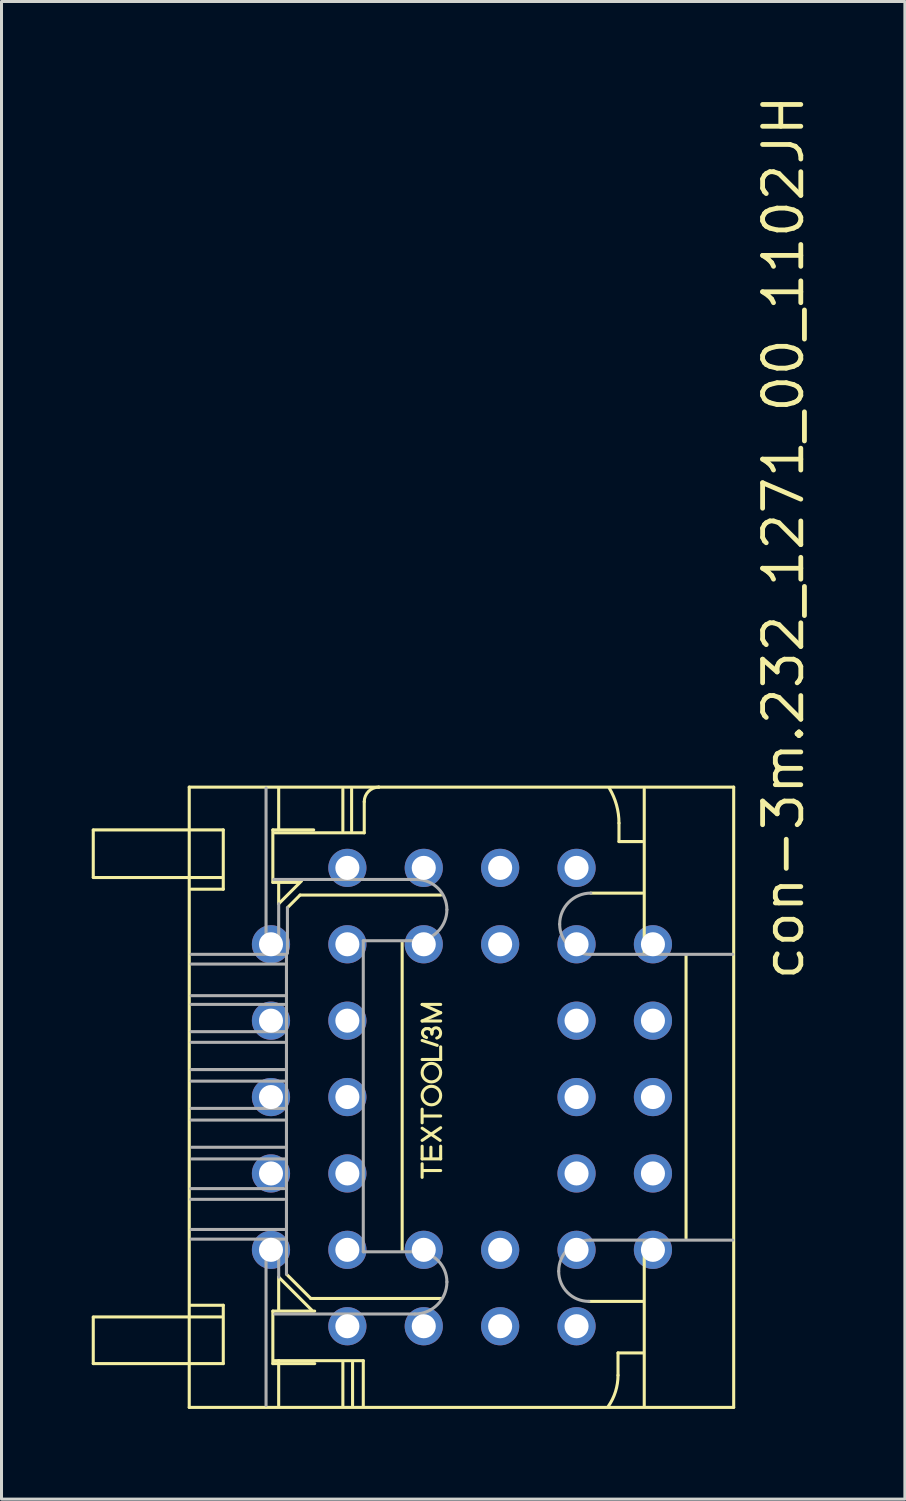
<source format=kicad_pcb>
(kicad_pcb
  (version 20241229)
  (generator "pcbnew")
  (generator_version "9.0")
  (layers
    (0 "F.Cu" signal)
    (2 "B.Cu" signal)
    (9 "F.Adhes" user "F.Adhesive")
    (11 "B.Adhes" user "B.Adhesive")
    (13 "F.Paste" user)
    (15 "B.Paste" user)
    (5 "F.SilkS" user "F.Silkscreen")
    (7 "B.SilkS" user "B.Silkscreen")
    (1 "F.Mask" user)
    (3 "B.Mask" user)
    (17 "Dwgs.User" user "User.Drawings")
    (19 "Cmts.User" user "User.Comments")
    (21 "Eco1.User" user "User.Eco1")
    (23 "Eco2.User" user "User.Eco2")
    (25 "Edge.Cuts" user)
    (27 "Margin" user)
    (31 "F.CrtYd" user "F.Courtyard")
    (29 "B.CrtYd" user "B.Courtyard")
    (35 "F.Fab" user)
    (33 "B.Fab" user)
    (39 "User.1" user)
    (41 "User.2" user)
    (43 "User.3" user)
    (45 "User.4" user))
  (footprint "con-3m.232_1271_00_1102JH"
    (layer "F.Cu")
    (at 12.31 33.427)
    (property "Reference" "con-3m.232_1271_00_1102JH" (at 11.43 -3.81 90) (layer "F.SilkS") (effects (font (size 1.27 1.27) (thickness 0.16)) (justify left bottom)))
    (attr through_hole)
    (fp_line (start -12.259 -8.883) (end -9.119 -8.883) (stroke (width 0.102) (type default)) (layer "F.SilkS"))
    (fp_line (start -12.259 -7.299) (end -9.102 -7.299) (stroke (width 0.102) (type default)) (layer "F.SilkS"))
    (fp_line (start -12.259 7.311) (end -9.102 7.311) (stroke (width 0.102) (type default)) (layer "F.SilkS"))
    (fp_line (start -12.259 -7.308) (end -12.259 -8.879) (stroke (width 0.102) (type default)) (layer "F.SilkS"))
    (fp_line (start -12.259 8.86) (end -12.259 7.321) (stroke (width 0.102) (type default)) (layer "F.SilkS"))
    (fp_line (start -9.103 8.863) (end -12.259 8.863) (stroke (width 0.102) (type default)) (layer "F.SilkS"))
    (fp_line (start -9.068 -10.305) (end -9.068 10.318) (stroke (width 0.102) (type default)) (layer "F.SilkS"))
    (fp_line (start -9.068 10.318) (end 9.035 10.318) (stroke (width 0.102) (type default)) (layer "F.SilkS"))
    (fp_line (start -9.035 -8.883) (end -7.936 -8.883) (stroke (width 0.102) (type default)) (layer "F.SilkS"))
    (fp_line (start -9.035 -7.299) (end -8.001 -7.299) (stroke (width 0.102) (type default)) (layer "F.SilkS"))
    (fp_line (start -9.035 6.923) (end -7.936 6.923) (stroke (width 0.102) (type default)) (layer "F.SilkS"))
    (fp_line (start -9.035 7.311) (end -8.001 7.311) (stroke (width 0.102) (type default)) (layer "F.SilkS"))
    (fp_line (start -7.936 -8.883) (end -7.936 -6.911) (stroke (width 0.102) (type default)) (layer "F.SilkS"))
    (fp_line (start -7.936 -6.911) (end -9.003 -6.911) (stroke (width 0.102) (type default)) (layer "F.SilkS"))
    (fp_line (start -7.936 6.923) (end -7.936 8.863) (stroke (width 0.102) (type default)) (layer "F.SilkS"))
    (fp_line (start -7.936 8.863) (end -9.035 8.863) (stroke (width 0.102) (type default)) (layer "F.SilkS"))
    (fp_line (start -6.288 -8.883) (end -6.288 -7.137) (stroke (width 0.102) (type default)) (layer "F.SilkS"))
    (fp_line (start -6.288 -7.137) (end -5.448 -7.137) (stroke (width 0.102) (type default)) (layer "F.SilkS"))
    (fp_line (start -6.288 7.117) (end -4.897 7.117) (stroke (width 0.102) (type default)) (layer "F.SilkS"))
    (fp_line (start -6.288 8.863) (end -6.288 7.117) (stroke (width 0.102) (type default)) (layer "F.SilkS"))
    (fp_line (start -6.223 -8.786) (end -3.249 -8.786) (stroke (width 0.102) (type default)) (layer "F.SilkS"))
    (fp_line (start -6.094 -10.273) (end -6.094 -8.883) (stroke (width 0.102) (type default)) (layer "F.SilkS"))
    (fp_line (start -6.094 -6.426) (end -6.094 -7.105) (stroke (width 0.102) (type default)) (layer "F.SilkS"))
    (fp_line (start -6.094 -6.426) (end -5.334 -7.186) (stroke (width 0.102) (type default)) (layer "F.SilkS"))
    (fp_line (start -6.094 7.085) (end -6.094 5.986) (stroke (width 0.102) (type default)) (layer "F.SilkS"))
    (fp_line (start -6.094 8.766) (end -6.255 8.766) (stroke (width 0.102) (type default)) (layer "F.SilkS"))
    (fp_line (start -6.094 8.766) (end -3.281 8.766) (stroke (width 0.102) (type default)) (layer "F.SilkS"))
    (fp_line (start -6.094 10.253) (end -6.094 8.766) (stroke (width 0.102) (type default)) (layer "F.SilkS"))
    (fp_line (start -5.835 5.889) (end -5.027 6.697) (stroke (width 0.102) (type default)) (layer "F.SilkS"))
    (fp_line (start -5.382 -6.717) (end -5.803 -6.296) (stroke (width 0.102) (type default)) (layer "F.SilkS"))
    (fp_line (start -5.027 6.697) (end -0.695 6.697) (stroke (width 0.102) (type default)) (layer "F.SilkS"))
    (fp_line (start -4.994 7.085) (end -6.094 5.986) (stroke (width 0.102) (type default)) (layer "F.SilkS"))
    (fp_line (start -4.93 -8.883) (end -6.288 -8.883) (stroke (width 0.102) (type default)) (layer "F.SilkS"))
    (fp_line (start -4.895 8.863) (end -6.288 8.863) (stroke (width 0.102) (type default)) (layer "F.SilkS"))
    (fp_line (start -3.96 -8.85) (end -3.96 -10.24) (stroke (width 0.102) (type default)) (layer "F.SilkS"))
    (fp_line (start -3.96 10.285) (end -3.96 8.831) (stroke (width 0.102) (type default)) (layer "F.SilkS"))
    (fp_line (start -3.669 -10.24) (end -3.669 -8.85) (stroke (width 0.102) (type default)) (layer "F.SilkS"))
    (fp_line (start -3.637 8.831) (end -3.637 10.253) (stroke (width 0.102) (type default)) (layer "F.SilkS"))
    (fp_line (start -3.281 8.766) (end -3.281 10.285) (stroke (width 0.102) (type default)) (layer "F.SilkS"))
    (fp_line (start -3.249 -8.786) (end -3.249 -9.82) (stroke (width 0.102) (type default)) (layer "F.SilkS"))
    (fp_line (start -2.764 -10.305) (end -9.068 -10.305) (stroke (width 0.102) (type default)) (layer "F.SilkS"))
    (fp_line (start -1.988 -5.133) (end -1.988 5.113) (stroke (width 0.102) (type default)) (layer "F.SilkS"))
    (fp_line (start -1.324 -3.08) (end -0.708 -3.08) (stroke (width 0.102) (type default)) (layer "F.SilkS"))
    (fp_line (start -1.324 -2.529) (end -0.708 -2.804) (stroke (width 0.102) (type default)) (layer "F.SilkS"))
    (fp_line (start -1.324 -1.881) (end -0.822 -1.719) (stroke (width 0.102) (type default)) (layer "F.SilkS"))
    (fp_line (start -1.324 -1.249) (end -0.708 -1.249) (stroke (width 0.102) (type default)) (layer "F.SilkS"))
    (fp_line (start -1.324 0.403) (end -1.324 0.857) (stroke (width 0.102) (type default)) (layer "F.SilkS"))
    (fp_line (start -1.324 1.035) (end -0.725 1.44) (stroke (width 0.102) (type default)) (layer "F.SilkS"))
    (fp_line (start -1.324 1.44) (end -0.708 1.019) (stroke (width 0.102) (type default)) (layer "F.SilkS"))
    (fp_line (start -1.324 1.634) (end -1.324 2.056) (stroke (width 0.102) (type default)) (layer "F.SilkS"))
    (fp_line (start -1.324 2.056) (end -0.708 2.056) (stroke (width 0.102) (type default)) (layer "F.SilkS"))
    (fp_line (start -1.324 2.671) (end -1.324 2.218) (stroke (width 0.102) (type default)) (layer "F.SilkS"))
    (fp_line (start -1.292 0.63) (end -0.708 0.63) (stroke (width 0.102) (type default)) (layer "F.SilkS"))
    (fp_line (start -1.292 2.444) (end -0.708 2.444) (stroke (width 0.102) (type default)) (layer "F.SilkS"))
    (fp_line (start -1.032 1.667) (end -1.032 2.007) (stroke (width 0.102) (type default)) (layer "F.SilkS"))
    (fp_line (start -1 -2.092) (end -1 -2.14) (stroke (width 0.102) (type default)) (layer "F.SilkS"))
    (fp_line (start -0.708 -2.804) (end -1.324 -3.08) (stroke (width 0.102) (type default)) (layer "F.SilkS"))
    (fp_line (start -0.708 -2.529) (end -1.324 -2.529) (stroke (width 0.102) (type default)) (layer "F.SilkS"))
    (fp_line (start -0.708 -1.249) (end -0.708 -1.67) (stroke (width 0.102) (type default)) (layer "F.SilkS"))
    (fp_line (start -0.708 2.056) (end -0.708 1.634) (stroke (width 0.102) (type default)) (layer "F.SilkS"))
    (fp_line (start -0.695 -6.717) (end -5.382 -6.717) (stroke (width 0.102) (type default)) (layer "F.SilkS"))
    (fp_line (start 4.219 6.794) (end 6.029 6.794) (stroke (width 0.102) (type default)) (layer "F.SilkS"))
    (fp_line (start 4.283 -6.781) (end 5.997 -6.781) (stroke (width 0.102) (type default)) (layer "F.SilkS"))
    (fp_line (start 5.189 8.507) (end 5.189 9.251) (stroke (width 0.102) (type default)) (layer "F.SilkS"))
    (fp_line (start 5.221 -8.495) (end 5.221 -9.109) (stroke (width 0.102) (type default)) (layer "F.SilkS"))
    (fp_line (start 5.997 -8.495) (end 5.221 -8.495) (stroke (width 0.102) (type default)) (layer "F.SilkS"))
    (fp_line (start 6.029 8.507) (end 5.189 8.507) (stroke (width 0.102) (type default)) (layer "F.SilkS"))
    (fp_line (start 6.061 -4.809) (end 6.061 -10.24) (stroke (width 0.102) (type default)) (layer "F.SilkS"))
    (fp_line (start 6.061 4.822) (end 6.061 10.285) (stroke (width 0.102) (type default)) (layer "F.SilkS"))
    (fp_line (start 7.451 4.693) (end 7.451 -4.712) (stroke (width 0.102) (type default)) (layer "F.SilkS"))
    (fp_line (start 9.035 -10.305) (end -2.764 -10.305) (stroke (width 0.102) (type default)) (layer "F.SilkS"))
    (fp_line (start 9.035 10.318) (end 9.035 -10.305) (stroke (width 0.102) (type default)) (layer "F.SilkS"))
    (fp_arc (start -3.2488 -9.8201) (mid -3.106776 -10.162976) (end -2.7639 -10.305) (stroke (width 0.1016) (type default)) (layer "F.SilkS"))
    (fp_arc (start -1.243 -2.0106) (mid -1.311981 -2.150848) (end -1.2106 -2.2698) (stroke (width 0.1016) (type default)) (layer "F.SilkS"))
    (fp_arc (start -1.2106 -2.2698) (mid -1.1539 -2.2779) (end -1.0972 -2.2698) (stroke (width 0.1016) (type default)) (layer "F.SilkS"))
    (fp_arc (start -1.1782 -1.9782) (mid -1.211156 -1.993289) (end -1.243 -2.0106) (stroke (width 0.1016) (type default)) (layer "F.SilkS"))
    (fp_arc (start -1.0972 -2.2698) (mid -1.027 -2.2212) (end -1 -2.1402) (stroke (width 0.1016) (type default)) (layer "F.SilkS"))
    (fp_arc (start -1 -2.1402) (mid -0.99591 -2.181502) (end -0.9838 -2.2212) (stroke (width 0.1016) (type default)) (layer "F.SilkS"))
    (fp_arc (start -0.9838 -2.2212) (mid -0.890987 -2.299612) (end -0.7732 -2.2698) (stroke (width 0.1016) (type default)) (layer "F.SilkS"))
    (fp_arc (start -0.7732 -2.2698) (mid -0.711556 -2.154359) (end -0.7408 -2.0268) (stroke (width 0.1016) (type default)) (layer "F.SilkS"))
    (fp_arc (start -0.7408 -2.0268) (mid -0.782845 -1.984568) (end -0.838 -1.962) (stroke (width 0.1016) (type default)) (layer "F.SilkS"))
    (fp_arc (start 4.8976 -10.2727) (mid 5.138571 -9.712835) (end 5.2209 -9.1089) (stroke (width 0.1016) (type default)) (layer "F.SilkS"))
    (fp_arc (start 5.1885 9.2509) (mid 5.105819 9.792758) (end 4.8653 10.2853) (stroke (width 0.1016) (type default)) (layer "F.SilkS"))
    (fp_circle (center -1.016 -0.812) (end -0.708 -0.812) (stroke (width 0.102) (type default)) (fill no) (layer "F.SilkS"))
    (fp_circle (center -1.016 -0.05) (end -0.708 -0.05) (stroke (width 0.102) (type default)) (fill no) (layer "F.SilkS"))
    (fp_line (start -9.019 3.044) (end -5.916 3.044) (stroke (width 0.102) (type default)) (layer "F.Fab"))
    (fp_line (start -9.019 3.4) (end -5.916 3.4) (stroke (width 0.102) (type default)) (layer "F.Fab"))
    (fp_line (start -9.003 -4.745) (end -5.835 -4.745) (stroke (width 0.102) (type default)) (layer "F.Fab"))
    (fp_line (start -9.003 -4.421) (end -5.9 -4.421) (stroke (width 0.102) (type default)) (layer "F.Fab"))
    (fp_line (start -9.003 -3.371) (end -5.9 -3.371) (stroke (width 0.102) (type default)) (layer "F.Fab"))
    (fp_line (start -9.003 -3.08) (end -5.9 -3.08) (stroke (width 0.102) (type default)) (layer "F.Fab"))
    (fp_line (start -9.003 -2.175) (end -5.9 -2.175) (stroke (width 0.102) (type default)) (layer "F.Fab"))
    (fp_line (start -9.003 -1.819) (end -5.9 -1.819) (stroke (width 0.102) (type default)) (layer "F.Fab"))
    (fp_line (start -9.003 -0.914) (end -5.9 -0.914) (stroke (width 0.102) (type default)) (layer "F.Fab"))
    (fp_line (start -9.003 -0.529) (end -5.9 -0.529) (stroke (width 0.102) (type default)) (layer "F.Fab"))
    (fp_line (start -9.003 0.377) (end -5.9 0.377) (stroke (width 0.102) (type default)) (layer "F.Fab"))
    (fp_line (start -9.003 0.764) (end -5.9 0.764) (stroke (width 0.102) (type default)) (layer "F.Fab"))
    (fp_line (start -9.003 4.402) (end -5.9 4.402) (stroke (width 0.102) (type default)) (layer "F.Fab"))
    (fp_line (start -8.987 1.67) (end -5.883 1.67) (stroke (width 0.102) (type default)) (layer "F.Fab"))
    (fp_line (start -8.987 2.058) (end -5.851 2.058) (stroke (width 0.102) (type default)) (layer "F.Fab"))
    (fp_line (start -6.514 -4.809) (end -6.514 -10.273) (stroke (width 0.102) (type default)) (layer "F.Fab"))
    (fp_line (start -6.514 4.757) (end -6.514 10.253) (stroke (width 0.102) (type default)) (layer "F.Fab"))
    (fp_line (start -6.223 7.214) (end -1.568 7.214) (stroke (width 0.102) (type default)) (layer "F.Fab"))
    (fp_line (start -6.094 -4.809) (end -6.094 -6.426) (stroke (width 0.102) (type default)) (layer "F.Fab"))
    (fp_line (start -6.094 5.986) (end -6.094 4.757) (stroke (width 0.102) (type default)) (layer "F.Fab"))
    (fp_line (start -5.835 -4.745) (end -5.835 4.725) (stroke (width 0.102) (type default)) (layer "F.Fab"))
    (fp_line (start -5.835 4.725) (end -9.003 4.725) (stroke (width 0.102) (type default)) (layer "F.Fab"))
    (fp_line (start -5.835 4.757) (end -5.835 5.889) (stroke (width 0.102) (type default)) (layer "F.Fab"))
    (fp_line (start -5.803 -6.296) (end -5.803 -4.777) (stroke (width 0.102) (type default)) (layer "F.Fab"))
    (fp_line (start -3.281 -5.197) (end -1.536 -5.197) (stroke (width 0.102) (type default)) (layer "F.Fab"))
    (fp_line (start -3.281 5.145) (end -3.281 -5.197) (stroke (width 0.102) (type default)) (layer "F.Fab"))
    (fp_line (start -1.503 -7.234) (end -6.255 -7.234) (stroke (width 0.102) (type default)) (layer "F.Fab"))
    (fp_line (start -1.503 5.145) (end -3.281 5.145) (stroke (width 0.102) (type default)) (layer "F.Fab"))
    (fp_line (start 9.003 -4.745) (end 4.251 -4.745) (stroke (width 0.102) (type default)) (layer "F.Fab"))
    (fp_line (start 9.003 4.757) (end 4.251 4.757) (stroke (width 0.102) (type default)) (layer "F.Fab"))
    (fp_arc (start -1.5031 -7.2339) (mid -0.794538 -6.940362) (end -0.501 -6.2318) (stroke (width 0.1016) (type default)) (layer "F.Fab"))
    (fp_arc (start -1.5031 5.1454) (mid -0.794508 5.438908) (end -0.501 6.1475) (stroke (width 0.1016) (type default)) (layer "F.Fab"))
    (fp_arc (start -0.501 -6.2318) (mid -0.803969 -5.500269) (end -1.5355 -5.1973) (stroke (width 0.1016) (type default)) (layer "F.Fab"))
    (fp_arc (start -0.501 6.1475) (mid -0.813458 6.901842) (end -1.5678 7.2143) (stroke (width 0.1016) (type default)) (layer "F.Fab"))
    (fp_arc (start 3.2166 5.7919) (mid 3.519598 5.060398) (end 4.2511 4.7574) (stroke (width 0.1016) (type default)) (layer "F.Fab"))
    (fp_arc (start 3.2489 -5.7469) (mid 3.551869 -6.478331) (end 4.2833 -6.7813) (stroke (width 0.1016) (type default)) (layer "F.Fab"))
    (fp_arc (start 4.2187 6.794) (mid 3.510167 6.500433) (end 3.2166 5.7919) (stroke (width 0.1016) (type default)) (layer "F.Fab"))
    (fp_arc (start 4.2511 -4.7447) (mid 3.542438 -5.038238) (end 3.2489 -5.7469) (stroke (width 0.1016) (type default)) (layer "F.Fab"))
    (pad "1" thru_hole circle (at 1.27 -5.08) (size 1.27 1.27) (drill 0.8) (layers "*.Cu" "*.Mask"))
    (pad "2" thru_hole circle (at -1.27 -7.62) (size 1.27 1.27) (drill 0.8) (layers "*.Cu" "*.Mask"))
    (pad "3" thru_hole circle (at -1.27 -5.08) (size 1.27 1.27) (drill 0.8) (layers "*.Cu" "*.Mask"))
    (pad "4" thru_hole circle (at -3.81 -7.62) (size 1.27 1.27) (drill 0.8) (layers "*.Cu" "*.Mask"))
    (pad "5" thru_hole circle (at -6.35 -5.08) (size 1.27 1.27) (drill 0.8) (layers "*.Cu" "*.Mask"))
    (pad "6" thru_hole circle (at -3.81 -5.08) (size 1.27 1.27) (drill 0.8) (layers "*.Cu" "*.Mask"))
    (pad "7" thru_hole circle (at -6.35 -2.54) (size 1.27 1.27) (drill 0.8) (layers "*.Cu" "*.Mask"))
    (pad "8" thru_hole circle (at -3.81 -2.54) (size 1.27 1.27) (drill 0.8) (layers "*.Cu" "*.Mask"))
    (pad "9" thru_hole circle (at -6.35 0) (size 1.27 1.27) (drill 0.8) (layers "*.Cu" "*.Mask"))
    (pad "10" thru_hole circle (at -3.81 0) (size 1.27 1.27) (drill 0.8) (layers "*.Cu" "*.Mask"))
    (pad "11" thru_hole circle (at -6.35 2.54) (size 1.27 1.27) (drill 0.8) (layers "*.Cu" "*.Mask"))
    (pad "12" thru_hole circle (at -3.81 2.54) (size 1.27 1.27) (drill 0.8) (layers "*.Cu" "*.Mask"))
    (pad "13" thru_hole circle (at -6.35 5.08) (size 1.27 1.27) (drill 0.8) (layers "*.Cu" "*.Mask"))
    (pad "14" thru_hole circle (at -3.81 7.62) (size 1.27 1.27) (drill 0.8) (layers "*.Cu" "*.Mask"))
    (pad "15" thru_hole circle (at -3.81 5.08) (size 1.27 1.27) (drill 0.8) (layers "*.Cu" "*.Mask"))
    (pad "16" thru_hole circle (at -1.27 7.62) (size 1.27 1.27) (drill 0.8) (layers "*.Cu" "*.Mask"))
    (pad "17" thru_hole circle (at -1.27 5.08) (size 1.27 1.27) (drill 0.8) (layers "*.Cu" "*.Mask"))
    (pad "18" thru_hole circle (at 1.27 7.62) (size 1.27 1.27) (drill 0.8) (layers "*.Cu" "*.Mask"))
    (pad "19" thru_hole circle (at 1.27 5.08) (size 1.27 1.27) (drill 0.8) (layers "*.Cu" "*.Mask"))
    (pad "20" thru_hole circle (at 3.81 7.62) (size 1.27 1.27) (drill 0.8) (layers "*.Cu" "*.Mask"))
    (pad "21" thru_hole circle (at 6.35 5.08) (size 1.27 1.27) (drill 0.8) (layers "*.Cu" "*.Mask"))
    (pad "22" thru_hole circle (at 3.81 5.08) (size 1.27 1.27) (drill 0.8) (layers "*.Cu" "*.Mask"))
    (pad "23" thru_hole circle (at 6.35 2.54) (size 1.27 1.27) (drill 0.8) (layers "*.Cu" "*.Mask"))
    (pad "24" thru_hole circle (at 3.81 2.54) (size 1.27 1.27) (drill 0.8) (layers "*.Cu" "*.Mask"))
    (pad "25" thru_hole circle (at 6.35 0) (size 1.27 1.27) (drill 0.8) (layers "*.Cu" "*.Mask"))
    (pad "26" thru_hole circle (at 3.81 0) (size 1.27 1.27) (drill 0.8) (layers "*.Cu" "*.Mask"))
    (pad "27" thru_hole circle (at 6.35 -2.54) (size 1.27 1.27) (drill 0.8) (layers "*.Cu" "*.Mask"))
    (pad "28" thru_hole circle (at 3.81 -2.54) (size 1.27 1.27) (drill 0.8) (layers "*.Cu" "*.Mask"))
    (pad "29" thru_hole circle (at 6.35 -5.08) (size 1.27 1.27) (drill 0.8) (layers "*.Cu" "*.Mask"))
    (pad "30" thru_hole circle (at 3.81 -7.62) (size 1.27 1.27) (drill 0.8) (layers "*.Cu" "*.Mask"))
    (pad "31" thru_hole circle (at 3.81 -5.08) (size 1.27 1.27) (drill 0.8) (layers "*.Cu" "*.Mask"))
    (pad "32" thru_hole circle (at 1.27 -7.62) (size 1.27 1.27) (drill 0.8) (layers "*.Cu" "*.Mask")))
  (gr_rect
    (start -3 -3)
    (end 27.037 46.796)
    (stroke (width 0.1) (type default))
    (fill no)
    (layer "Edge.Cuts")))
</source>
